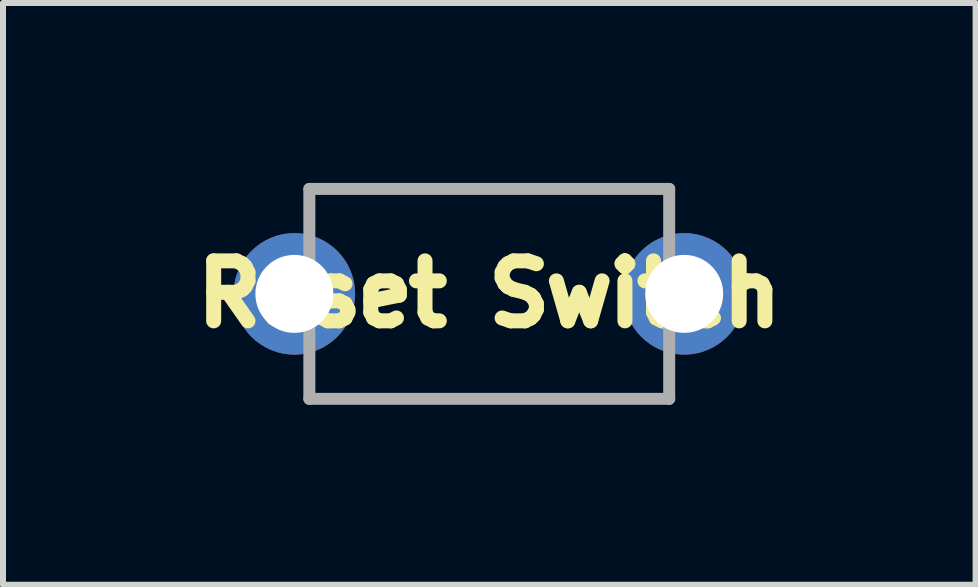
<source format=kicad_pcb>
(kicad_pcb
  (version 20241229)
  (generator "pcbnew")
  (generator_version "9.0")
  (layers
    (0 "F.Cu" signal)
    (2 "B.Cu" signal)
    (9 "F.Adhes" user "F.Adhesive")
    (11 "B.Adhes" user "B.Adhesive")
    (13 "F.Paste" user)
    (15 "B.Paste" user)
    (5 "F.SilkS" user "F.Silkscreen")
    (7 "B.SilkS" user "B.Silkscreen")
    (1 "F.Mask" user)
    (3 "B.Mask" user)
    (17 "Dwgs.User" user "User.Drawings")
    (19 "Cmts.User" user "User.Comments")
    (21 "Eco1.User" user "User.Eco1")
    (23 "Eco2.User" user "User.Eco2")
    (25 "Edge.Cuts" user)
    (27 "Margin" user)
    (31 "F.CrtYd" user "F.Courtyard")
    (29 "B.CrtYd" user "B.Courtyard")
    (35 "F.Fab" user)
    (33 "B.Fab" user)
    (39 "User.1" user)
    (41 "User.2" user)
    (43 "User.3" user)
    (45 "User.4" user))
  (footprint "Reset Switch"
    (layer "F.Cu")
    (at 1.858 1.85)
    (property "Reference" "Reset Switch" (at 3.25 0 0) (layer "F.SilkS") (effects (font (size 1 1) (thickness 0.25))))
    (attr through_hole)
    (fp_line (start 0.25 -1.75) (end 6.25 -1.75) (stroke (width 0.1) (type solid)) (layer "F.SilkS"))
    (fp_line (start 0.25 1.75) (end 6.25 1.75) (stroke (width 0.1) (type solid)) (layer "F.SilkS"))
    (fp_line (start 0.25 -1.75) (end 6.25 -1.75) (stroke (width 0.2) (type solid)) (layer "F.Fab"))
    (fp_line (start 0.25 1.75) (end 0.25 -1.75) (stroke (width 0.2) (type solid)) (layer "F.Fab"))
    (fp_line (start 6.25 -1.75) (end 6.25 1.75) (stroke (width 0.2) (type solid)) (layer "F.Fab"))
    (fp_line (start 6.25 1.75) (end 0.25 1.75) (stroke (width 0.2) (type solid)) (layer "F.Fab"))
    (pad "T1" thru_hole circle (at 0 0) (size 2.025 2.025) (drill 1.3) (layers "*.Cu" "*.Mask"))
    (pad "T2" thru_hole circle (at 6.5 0) (size 2.025 2.025) (drill 1.3) (layers "*.Cu" "*.Mask")))
  (gr_rect
    (start -3 -3)
    (end 13.217 6.7)
    (stroke (width 0.1) (type default))
    (fill no)
    (layer "Edge.Cuts")))
</source>
